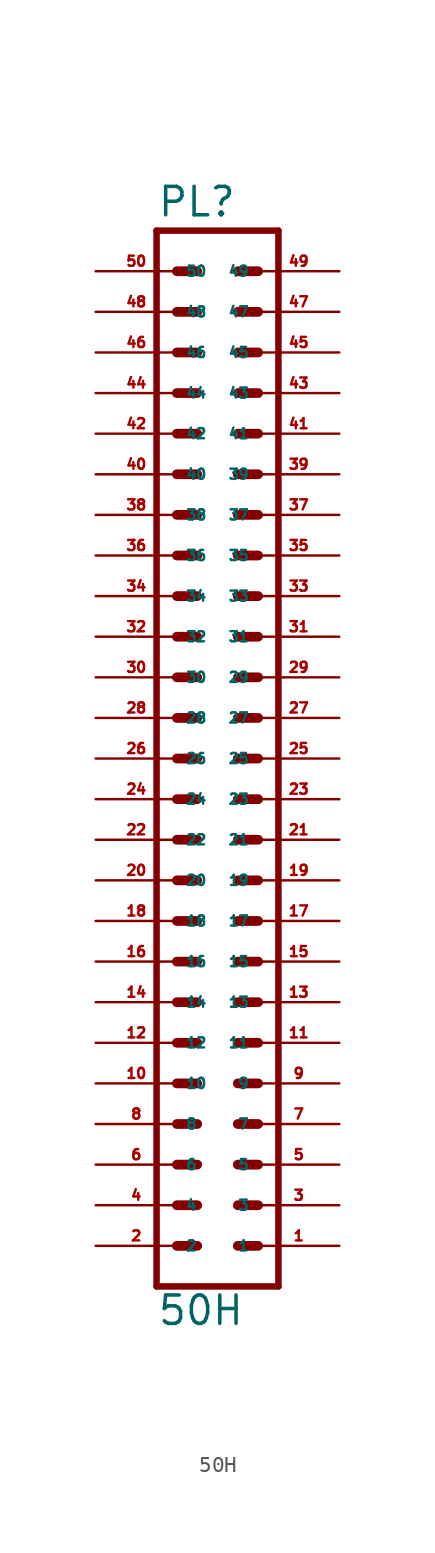
<source format=kicad_sym>
(kicad_symbol_lib
  (version 20220914)
  (generator Eagle2Kicad)
  (symbol "50H"
    (property "Reference" "PL"
      (at -3.81 31.242 0)
      (effects (font (size 1.778 1.778) (thickness 0.22)) (justify left bottom)))
    (property "Value" "50H"
      (at -3.81 -38.1 0)
      (effects (font (size 1.778 1.778) (thickness 0.22)) (justify left bottom)))
    (polyline
      (pts (xy 3.81 -35.56) (xy -3.81 -35.56))
      (stroke (width 0.406) (type default))
      (fill (type none)))
    (polyline
      (pts (xy 1.27 -22.86) (xy 2.54 -22.86))
      (stroke (width 0.61) (type default))
      (fill (type none)))
    (polyline
      (pts (xy 1.27 -25.4) (xy 2.54 -25.4))
      (stroke (width 0.61) (type default))
      (fill (type none)))
    (polyline
      (pts (xy 1.27 -27.94) (xy 2.54 -27.94))
      (stroke (width 0.61) (type default))
      (fill (type none)))
    (polyline
      (pts (xy 1.27 -30.48) (xy 2.54 -30.48))
      (stroke (width 0.61) (type default))
      (fill (type none)))
    (polyline
      (pts (xy 1.27 -33.02) (xy 2.54 -33.02))
      (stroke (width 0.61) (type default))
      (fill (type none)))
    (polyline
      (pts (xy -2.54 -22.86) (xy -1.27 -22.86))
      (stroke (width 0.61) (type default))
      (fill (type none)))
    (polyline
      (pts (xy -2.54 -25.4) (xy -1.27 -25.4))
      (stroke (width 0.61) (type default))
      (fill (type none)))
    (polyline
      (pts (xy -2.54 -27.94) (xy -1.27 -27.94))
      (stroke (width 0.61) (type default))
      (fill (type none)))
    (polyline
      (pts (xy -2.54 -30.48) (xy -1.27 -30.48))
      (stroke (width 0.61) (type default))
      (fill (type none)))
    (polyline
      (pts (xy -2.54 -33.02) (xy -1.27 -33.02))
      (stroke (width 0.61) (type default))
      (fill (type none)))
    (polyline
      (pts (xy 1.27 -10.16) (xy 2.54 -10.16))
      (stroke (width 0.61) (type default))
      (fill (type none)))
    (polyline
      (pts (xy 1.27 -12.7) (xy 2.54 -12.7))
      (stroke (width 0.61) (type default))
      (fill (type none)))
    (polyline
      (pts (xy 1.27 -15.24) (xy 2.54 -15.24))
      (stroke (width 0.61) (type default))
      (fill (type none)))
    (polyline
      (pts (xy 1.27 -17.78) (xy 2.54 -17.78))
      (stroke (width 0.61) (type default))
      (fill (type none)))
    (polyline
      (pts (xy 1.27 -20.32) (xy 2.54 -20.32))
      (stroke (width 0.61) (type default))
      (fill (type none)))
    (polyline
      (pts (xy -2.54 -10.16) (xy -1.27 -10.16))
      (stroke (width 0.61) (type default))
      (fill (type none)))
    (polyline
      (pts (xy -2.54 -12.7) (xy -1.27 -12.7))
      (stroke (width 0.61) (type default))
      (fill (type none)))
    (polyline
      (pts (xy -2.54 -15.24) (xy -1.27 -15.24))
      (stroke (width 0.61) (type default))
      (fill (type none)))
    (polyline
      (pts (xy -2.54 -17.78) (xy -1.27 -17.78))
      (stroke (width 0.61) (type default))
      (fill (type none)))
    (polyline
      (pts (xy -2.54 -20.32) (xy -1.27 -20.32))
      (stroke (width 0.61) (type default))
      (fill (type none)))
    (polyline
      (pts (xy 1.27 2.54) (xy 2.54 2.54))
      (stroke (width 0.61) (type default))
      (fill (type none)))
    (polyline
      (pts (xy 1.27 0) (xy 2.54 0))
      (stroke (width 0.61) (type default))
      (fill (type none)))
    (polyline
      (pts (xy 1.27 -2.54) (xy 2.54 -2.54))
      (stroke (width 0.61) (type default))
      (fill (type none)))
    (polyline
      (pts (xy 1.27 -5.08) (xy 2.54 -5.08))
      (stroke (width 0.61) (type default))
      (fill (type none)))
    (polyline
      (pts (xy 1.27 -7.62) (xy 2.54 -7.62))
      (stroke (width 0.61) (type default))
      (fill (type none)))
    (polyline
      (pts (xy -2.54 2.54) (xy -1.27 2.54))
      (stroke (width 0.61) (type default))
      (fill (type none)))
    (polyline
      (pts (xy -2.54 0) (xy -1.27 0))
      (stroke (width 0.61) (type default))
      (fill (type none)))
    (polyline
      (pts (xy -2.54 -2.54) (xy -1.27 -2.54))
      (stroke (width 0.61) (type default))
      (fill (type none)))
    (polyline
      (pts (xy -2.54 -5.08) (xy -1.27 -5.08))
      (stroke (width 0.61) (type default))
      (fill (type none)))
    (polyline
      (pts (xy -2.54 -7.62) (xy -1.27 -7.62))
      (stroke (width 0.61) (type default))
      (fill (type none)))
    (polyline
      (pts (xy -3.81 30.48) (xy -3.81 -35.56))
      (stroke (width 0.406) (type default))
      (fill (type none)))
    (polyline
      (pts (xy 3.81 -35.56) (xy 3.81 30.48))
      (stroke (width 0.406) (type default))
      (fill (type none)))
    (polyline
      (pts (xy -3.81 30.48) (xy 3.81 30.48))
      (stroke (width 0.406) (type default))
      (fill (type none)))
    (polyline
      (pts (xy 1.27 15.24) (xy 2.54 15.24))
      (stroke (width 0.61) (type default))
      (fill (type none)))
    (polyline
      (pts (xy 1.27 12.7) (xy 2.54 12.7))
      (stroke (width 0.61) (type default))
      (fill (type none)))
    (polyline
      (pts (xy 1.27 10.16) (xy 2.54 10.16))
      (stroke (width 0.61) (type default))
      (fill (type none)))
    (polyline
      (pts (xy 1.27 7.62) (xy 2.54 7.62))
      (stroke (width 0.61) (type default))
      (fill (type none)))
    (polyline
      (pts (xy 1.27 5.08) (xy 2.54 5.08))
      (stroke (width 0.61) (type default))
      (fill (type none)))
    (polyline
      (pts (xy -2.54 15.24) (xy -1.27 15.24))
      (stroke (width 0.61) (type default))
      (fill (type none)))
    (polyline
      (pts (xy -2.54 12.7) (xy -1.27 12.7))
      (stroke (width 0.61) (type default))
      (fill (type none)))
    (polyline
      (pts (xy -2.54 10.16) (xy -1.27 10.16))
      (stroke (width 0.61) (type default))
      (fill (type none)))
    (polyline
      (pts (xy -2.54 7.62) (xy -1.27 7.62))
      (stroke (width 0.61) (type default))
      (fill (type none)))
    (polyline
      (pts (xy -2.54 5.08) (xy -1.27 5.08))
      (stroke (width 0.61) (type default))
      (fill (type none)))
    (polyline
      (pts (xy 1.27 27.94) (xy 2.54 27.94))
      (stroke (width 0.61) (type default))
      (fill (type none)))
    (polyline
      (pts (xy 1.27 25.4) (xy 2.54 25.4))
      (stroke (width 0.61) (type default))
      (fill (type none)))
    (polyline
      (pts (xy 1.27 22.86) (xy 2.54 22.86))
      (stroke (width 0.61) (type default))
      (fill (type none)))
    (polyline
      (pts (xy 1.27 20.32) (xy 2.54 20.32))
      (stroke (width 0.61) (type default))
      (fill (type none)))
    (polyline
      (pts (xy 1.27 17.78) (xy 2.54 17.78))
      (stroke (width 0.61) (type default))
      (fill (type none)))
    (polyline
      (pts (xy -2.54 27.94) (xy -1.27 27.94))
      (stroke (width 0.61) (type default))
      (fill (type none)))
    (polyline
      (pts (xy -2.54 25.4) (xy -1.27 25.4))
      (stroke (width 0.61) (type default))
      (fill (type none)))
    (polyline
      (pts (xy -2.54 22.86) (xy -1.27 22.86))
      (stroke (width 0.61) (type default))
      (fill (type none)))
    (polyline
      (pts (xy -2.54 20.32) (xy -1.27 20.32))
      (stroke (width 0.61) (type default))
      (fill (type none)))
    (polyline
      (pts (xy -2.54 17.78) (xy -1.27 17.78))
      (stroke (width 0.61) (type default))
      (fill (type none)))
    (pin passive line
      (at 7.62 -33.02 180)
      (length 5.08)
      (name "1" (effects (font (size 0.635 0.635) (thickness 0.08)) (justify left bottom)))
      (number "1" (effects (font (size 0.635 0.635) (thickness 0.08)) (justify left bottom))))
    (pin passive line
      (at 7.62 -30.48 180)
      (length 5.08)
      (name "3" (effects (font (size 0.635 0.635) (thickness 0.08)) (justify left bottom)))
      (number "3" (effects (font (size 0.635 0.635) (thickness 0.08)) (justify left bottom))))
    (pin passive line
      (at 7.62 -27.94 180)
      (length 5.08)
      (name "5" (effects (font (size 0.635 0.635) (thickness 0.08)) (justify left bottom)))
      (number "5" (effects (font (size 0.635 0.635) (thickness 0.08)) (justify left bottom))))
    (pin passive line
      (at 7.62 -25.4 180)
      (length 5.08)
      (name "7" (effects (font (size 0.635 0.635) (thickness 0.08)) (justify left bottom)))
      (number "7" (effects (font (size 0.635 0.635) (thickness 0.08)) (justify left bottom))))
    (pin passive line
      (at 7.62 -22.86 180)
      (length 5.08)
      (name "9" (effects (font (size 0.635 0.635) (thickness 0.08)) (justify left bottom)))
      (number "9" (effects (font (size 0.635 0.635) (thickness 0.08)) (justify left bottom))))
    (pin passive line
      (at -7.62 -33.02 0)
      (length 5.08)
      (name "2" (effects (font (size 0.635 0.635) (thickness 0.08)) (justify left bottom)))
      (number "2" (effects (font (size 0.635 0.635) (thickness 0.08)) (justify left bottom))))
    (pin passive line
      (at -7.62 -30.48 0)
      (length 5.08)
      (name "4" (effects (font (size 0.635 0.635) (thickness 0.08)) (justify left bottom)))
      (number "4" (effects (font (size 0.635 0.635) (thickness 0.08)) (justify left bottom))))
    (pin passive line
      (at -7.62 -27.94 0)
      (length 5.08)
      (name "6" (effects (font (size 0.635 0.635) (thickness 0.08)) (justify left bottom)))
      (number "6" (effects (font (size 0.635 0.635) (thickness 0.08)) (justify left bottom))))
    (pin passive line
      (at -7.62 -25.4 0)
      (length 5.08)
      (name "8" (effects (font (size 0.635 0.635) (thickness 0.08)) (justify left bottom)))
      (number "8" (effects (font (size 0.635 0.635) (thickness 0.08)) (justify left bottom))))
    (pin passive line
      (at -7.62 -22.86 0)
      (length 5.08)
      (name "10" (effects (font (size 0.635 0.635) (thickness 0.08)) (justify left bottom)))
      (number "10" (effects (font (size 0.635 0.635) (thickness 0.08)) (justify left bottom))))
    (pin passive line
      (at 7.62 -20.32 180)
      (length 5.08)
      (name "11" (effects (font (size 0.635 0.635) (thickness 0.08)) (justify left bottom)))
      (number "11" (effects (font (size 0.635 0.635) (thickness 0.08)) (justify left bottom))))
    (pin passive line
      (at 7.62 -17.78 180)
      (length 5.08)
      (name "13" (effects (font (size 0.635 0.635) (thickness 0.08)) (justify left bottom)))
      (number "13" (effects (font (size 0.635 0.635) (thickness 0.08)) (justify left bottom))))
    (pin passive line
      (at 7.62 -15.24 180)
      (length 5.08)
      (name "15" (effects (font (size 0.635 0.635) (thickness 0.08)) (justify left bottom)))
      (number "15" (effects (font (size 0.635 0.635) (thickness 0.08)) (justify left bottom))))
    (pin passive line
      (at 7.62 -12.7 180)
      (length 5.08)
      (name "17" (effects (font (size 0.635 0.635) (thickness 0.08)) (justify left bottom)))
      (number "17" (effects (font (size 0.635 0.635) (thickness 0.08)) (justify left bottom))))
    (pin passive line
      (at 7.62 -10.16 180)
      (length 5.08)
      (name "19" (effects (font (size 0.635 0.635) (thickness 0.08)) (justify left bottom)))
      (number "19" (effects (font (size 0.635 0.635) (thickness 0.08)) (justify left bottom))))
    (pin passive line
      (at -7.62 -20.32 0)
      (length 5.08)
      (name "12" (effects (font (size 0.635 0.635) (thickness 0.08)) (justify left bottom)))
      (number "12" (effects (font (size 0.635 0.635) (thickness 0.08)) (justify left bottom))))
    (pin passive line
      (at -7.62 -17.78 0)
      (length 5.08)
      (name "14" (effects (font (size 0.635 0.635) (thickness 0.08)) (justify left bottom)))
      (number "14" (effects (font (size 0.635 0.635) (thickness 0.08)) (justify left bottom))))
    (pin passive line
      (at -7.62 -15.24 0)
      (length 5.08)
      (name "16" (effects (font (size 0.635 0.635) (thickness 0.08)) (justify left bottom)))
      (number "16" (effects (font (size 0.635 0.635) (thickness 0.08)) (justify left bottom))))
    (pin passive line
      (at -7.62 -12.7 0)
      (length 5.08)
      (name "18" (effects (font (size 0.635 0.635) (thickness 0.08)) (justify left bottom)))
      (number "18" (effects (font (size 0.635 0.635) (thickness 0.08)) (justify left bottom))))
    (pin passive line
      (at -7.62 -10.16 0)
      (length 5.08)
      (name "20" (effects (font (size 0.635 0.635) (thickness 0.08)) (justify left bottom)))
      (number "20" (effects (font (size 0.635 0.635) (thickness 0.08)) (justify left bottom))))
    (pin passive line
      (at 7.62 -7.62 180)
      (length 5.08)
      (name "21" (effects (font (size 0.635 0.635) (thickness 0.08)) (justify left bottom)))
      (number "21" (effects (font (size 0.635 0.635) (thickness 0.08)) (justify left bottom))))
    (pin passive line
      (at 7.62 -5.08 180)
      (length 5.08)
      (name "23" (effects (font (size 0.635 0.635) (thickness 0.08)) (justify left bottom)))
      (number "23" (effects (font (size 0.635 0.635) (thickness 0.08)) (justify left bottom))))
    (pin passive line
      (at 7.62 -2.54 180)
      (length 5.08)
      (name "25" (effects (font (size 0.635 0.635) (thickness 0.08)) (justify left bottom)))
      (number "25" (effects (font (size 0.635 0.635) (thickness 0.08)) (justify left bottom))))
    (pin passive line
      (at 7.62 0 180)
      (length 5.08)
      (name "27" (effects (font (size 0.635 0.635) (thickness 0.08)) (justify left bottom)))
      (number "27" (effects (font (size 0.635 0.635) (thickness 0.08)) (justify left bottom))))
    (pin passive line
      (at 7.62 2.54 180)
      (length 5.08)
      (name "29" (effects (font (size 0.635 0.635) (thickness 0.08)) (justify left bottom)))
      (number "29" (effects (font (size 0.635 0.635) (thickness 0.08)) (justify left bottom))))
    (pin passive line
      (at -7.62 -7.62 0)
      (length 5.08)
      (name "22" (effects (font (size 0.635 0.635) (thickness 0.08)) (justify left bottom)))
      (number "22" (effects (font (size 0.635 0.635) (thickness 0.08)) (justify left bottom))))
    (pin passive line
      (at -7.62 -5.08 0)
      (length 5.08)
      (name "24" (effects (font (size 0.635 0.635) (thickness 0.08)) (justify left bottom)))
      (number "24" (effects (font (size 0.635 0.635) (thickness 0.08)) (justify left bottom))))
    (pin passive line
      (at -7.62 -2.54 0)
      (length 5.08)
      (name "26" (effects (font (size 0.635 0.635) (thickness 0.08)) (justify left bottom)))
      (number "26" (effects (font (size 0.635 0.635) (thickness 0.08)) (justify left bottom))))
    (pin passive line
      (at -7.62 0 0)
      (length 5.08)
      (name "28" (effects (font (size 0.635 0.635) (thickness 0.08)) (justify left bottom)))
      (number "28" (effects (font (size 0.635 0.635) (thickness 0.08)) (justify left bottom))))
    (pin passive line
      (at -7.62 2.54 0)
      (length 5.08)
      (name "30" (effects (font (size 0.635 0.635) (thickness 0.08)) (justify left bottom)))
      (number "30" (effects (font (size 0.635 0.635) (thickness 0.08)) (justify left bottom))))
    (pin passive line
      (at 7.62 5.08 180)
      (length 5.08)
      (name "31" (effects (font (size 0.635 0.635) (thickness 0.08)) (justify left bottom)))
      (number "31" (effects (font (size 0.635 0.635) (thickness 0.08)) (justify left bottom))))
    (pin passive line
      (at 7.62 7.62 180)
      (length 5.08)
      (name "33" (effects (font (size 0.635 0.635) (thickness 0.08)) (justify left bottom)))
      (number "33" (effects (font (size 0.635 0.635) (thickness 0.08)) (justify left bottom))))
    (pin passive line
      (at 7.62 10.16 180)
      (length 5.08)
      (name "35" (effects (font (size 0.635 0.635) (thickness 0.08)) (justify left bottom)))
      (number "35" (effects (font (size 0.635 0.635) (thickness 0.08)) (justify left bottom))))
    (pin passive line
      (at 7.62 12.7 180)
      (length 5.08)
      (name "37" (effects (font (size 0.635 0.635) (thickness 0.08)) (justify left bottom)))
      (number "37" (effects (font (size 0.635 0.635) (thickness 0.08)) (justify left bottom))))
    (pin passive line
      (at 7.62 15.24 180)
      (length 5.08)
      (name "39" (effects (font (size 0.635 0.635) (thickness 0.08)) (justify left bottom)))
      (number "39" (effects (font (size 0.635 0.635) (thickness 0.08)) (justify left bottom))))
    (pin passive line
      (at -7.62 5.08 0)
      (length 5.08)
      (name "32" (effects (font (size 0.635 0.635) (thickness 0.08)) (justify left bottom)))
      (number "32" (effects (font (size 0.635 0.635) (thickness 0.08)) (justify left bottom))))
    (pin passive line
      (at -7.62 7.62 0)
      (length 5.08)
      (name "34" (effects (font (size 0.635 0.635) (thickness 0.08)) (justify left bottom)))
      (number "34" (effects (font (size 0.635 0.635) (thickness 0.08)) (justify left bottom))))
    (pin passive line
      (at -7.62 10.16 0)
      (length 5.08)
      (name "36" (effects (font (size 0.635 0.635) (thickness 0.08)) (justify left bottom)))
      (number "36" (effects (font (size 0.635 0.635) (thickness 0.08)) (justify left bottom))))
    (pin passive line
      (at -7.62 12.7 0)
      (length 5.08)
      (name "38" (effects (font (size 0.635 0.635) (thickness 0.08)) (justify left bottom)))
      (number "38" (effects (font (size 0.635 0.635) (thickness 0.08)) (justify left bottom))))
    (pin passive line
      (at -7.62 15.24 0)
      (length 5.08)
      (name "40" (effects (font (size 0.635 0.635) (thickness 0.08)) (justify left bottom)))
      (number "40" (effects (font (size 0.635 0.635) (thickness 0.08)) (justify left bottom))))
    (pin passive line
      (at 7.62 17.78 180)
      (length 5.08)
      (name "41" (effects (font (size 0.635 0.635) (thickness 0.08)) (justify left bottom)))
      (number "41" (effects (font (size 0.635 0.635) (thickness 0.08)) (justify left bottom))))
    (pin passive line
      (at 7.62 20.32 180)
      (length 5.08)
      (name "43" (effects (font (size 0.635 0.635) (thickness 0.08)) (justify left bottom)))
      (number "43" (effects (font (size 0.635 0.635) (thickness 0.08)) (justify left bottom))))
    (pin passive line
      (at 7.62 22.86 180)
      (length 5.08)
      (name "45" (effects (font (size 0.635 0.635) (thickness 0.08)) (justify left bottom)))
      (number "45" (effects (font (size 0.635 0.635) (thickness 0.08)) (justify left bottom))))
    (pin passive line
      (at 7.62 25.4 180)
      (length 5.08)
      (name "47" (effects (font (size 0.635 0.635) (thickness 0.08)) (justify left bottom)))
      (number "47" (effects (font (size 0.635 0.635) (thickness 0.08)) (justify left bottom))))
    (pin passive line
      (at 7.62 27.94 180)
      (length 5.08)
      (name "49" (effects (font (size 0.635 0.635) (thickness 0.08)) (justify left bottom)))
      (number "49" (effects (font (size 0.635 0.635) (thickness 0.08)) (justify left bottom))))
    (pin passive line
      (at -7.62 17.78 0)
      (length 5.08)
      (name "42" (effects (font (size 0.635 0.635) (thickness 0.08)) (justify left bottom)))
      (number "42" (effects (font (size 0.635 0.635) (thickness 0.08)) (justify left bottom))))
    (pin passive line
      (at -7.62 20.32 0)
      (length 5.08)
      (name "44" (effects (font (size 0.635 0.635) (thickness 0.08)) (justify left bottom)))
      (number "44" (effects (font (size 0.635 0.635) (thickness 0.08)) (justify left bottom))))
    (pin passive line
      (at -7.62 22.86 0)
      (length 5.08)
      (name "46" (effects (font (size 0.635 0.635) (thickness 0.08)) (justify left bottom)))
      (number "46" (effects (font (size 0.635 0.635) (thickness 0.08)) (justify left bottom))))
    (pin passive line
      (at -7.62 25.4 0)
      (length 5.08)
      (name "48" (effects (font (size 0.635 0.635) (thickness 0.08)) (justify left bottom)))
      (number "48" (effects (font (size 0.635 0.635) (thickness 0.08)) (justify left bottom))))
    (pin passive line
      (at -7.62 27.94 0)
      (length 5.08)
      (name "50" (effects (font (size 0.635 0.635) (thickness 0.08)) (justify left bottom)))
      (number "50" (effects (font (size 0.635 0.635) (thickness 0.08)) (justify left bottom))))))
</source>
